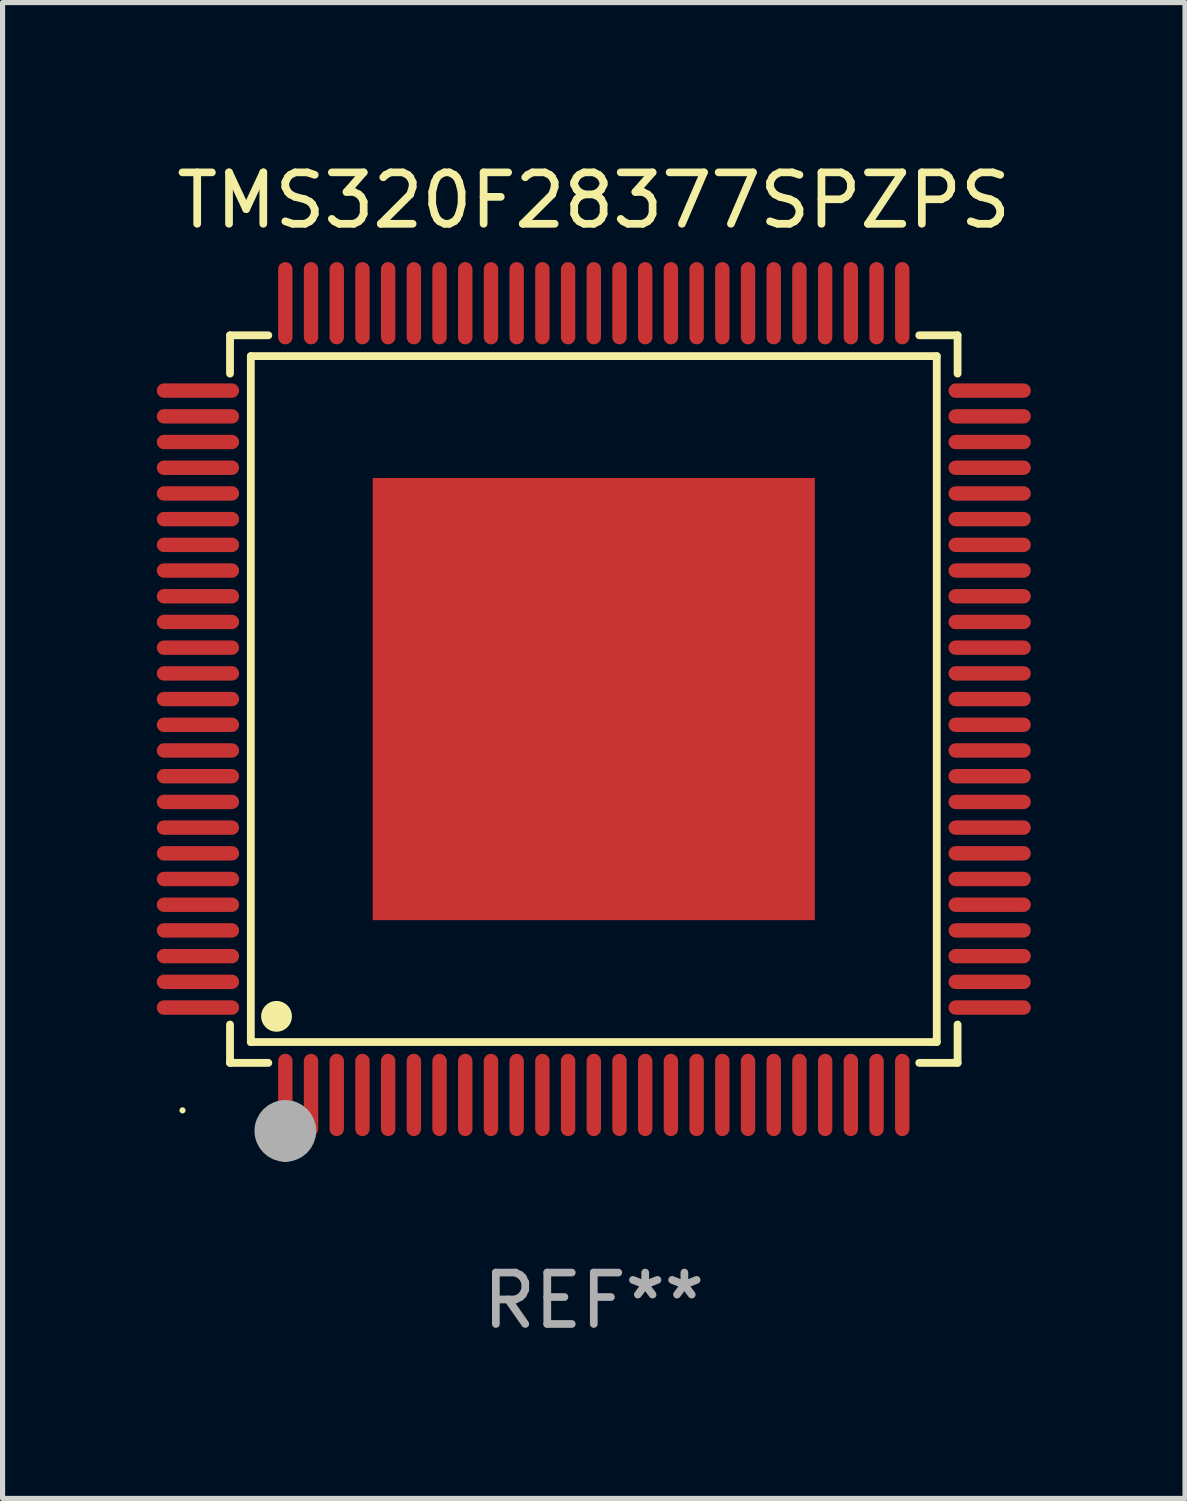
<source format=kicad_pcb>
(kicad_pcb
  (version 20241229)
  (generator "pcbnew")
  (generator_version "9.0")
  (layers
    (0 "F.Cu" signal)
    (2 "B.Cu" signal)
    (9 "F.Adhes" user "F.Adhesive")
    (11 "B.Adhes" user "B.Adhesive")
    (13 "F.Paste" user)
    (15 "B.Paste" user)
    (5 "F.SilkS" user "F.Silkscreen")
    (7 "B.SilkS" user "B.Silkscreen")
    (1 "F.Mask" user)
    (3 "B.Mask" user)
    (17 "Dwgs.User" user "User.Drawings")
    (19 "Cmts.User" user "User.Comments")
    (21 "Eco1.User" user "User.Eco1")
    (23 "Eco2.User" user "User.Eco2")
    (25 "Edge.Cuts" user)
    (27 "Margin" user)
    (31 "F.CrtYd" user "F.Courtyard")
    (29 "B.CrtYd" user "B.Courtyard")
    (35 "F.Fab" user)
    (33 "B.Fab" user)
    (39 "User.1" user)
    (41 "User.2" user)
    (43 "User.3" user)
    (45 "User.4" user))
  (footprint "TMS320F28377SPZPS"
    (layer "F.Cu")
    (at 8.5 10.548)
    (property "Reference" "TMS320F28377SPZPS" (at 0 -9.7 0) (layer "F.SilkS") (effects (font (size 1 1) (thickness 0.15))))
    (attr through_hole)
    (fp_line (start -7.076 -7.076) (end -6.331 -7.076) (stroke (width 0.152) (type solid)) (layer "F.SilkS"))
    (fp_line (start -7.076 -6.331) (end -7.076 -7.076) (stroke (width 0.152) (type solid)) (layer "F.SilkS"))
    (fp_line (start -7.076 6.331) (end -7.076 7.076) (stroke (width 0.152) (type solid)) (layer "F.SilkS"))
    (fp_line (start -7.076 7.076) (end -6.331 7.076) (stroke (width 0.152) (type solid)) (layer "F.SilkS"))
    (fp_line (start -6.671 -6.671) (end 6.671 -6.671) (stroke (width 0.152) (type solid)) (layer "F.SilkS"))
    (fp_line (start -6.671 6.671) (end -6.671 -6.671) (stroke (width 0.152) (type solid)) (layer "F.SilkS"))
    (fp_line (start 6.671 -6.671) (end 6.671 6.671) (stroke (width 0.152) (type solid)) (layer "F.SilkS"))
    (fp_line (start 6.671 6.671) (end -6.671 6.671) (stroke (width 0.152) (type solid)) (layer "F.SilkS"))
    (fp_line (start 7.076 -7.076) (end 6.331 -7.076) (stroke (width 0.152) (type solid)) (layer "F.SilkS"))
    (fp_line (start 7.076 -6.331) (end 7.076 -7.076) (stroke (width 0.152) (type solid)) (layer "F.SilkS"))
    (fp_line (start 7.076 6.331) (end 7.076 7.076) (stroke (width 0.152) (type solid)) (layer "F.SilkS"))
    (fp_line (start 7.076 7.076) (end 6.331 7.076) (stroke (width 0.152) (type solid)) (layer "F.SilkS"))
    (fp_circle (center -8 8) (end -7.97 8) (stroke (width 0.06) (type solid)) (fill no) (layer "F.SilkS"))
    (fp_circle (center -6.171 6.171) (end -6.021 6.171) (stroke (width 0.3) (type solid)) (fill no) (layer "F.SilkS"))
    (fp_circle (center -6 8.8) (end -5.9 8.8) (stroke (width 0.2) (type solid)) (fill no) (layer "F.SilkS"))
    (fp_circle (center -6 8.4) (end -5.7 8.4) (stroke (width 0.6) (type solid)) (fill no) (layer "F.Fab"))
    (fp_text user "REF**" (at 0 11.7 0) (layer "F.Fab") (effects (font (size 1 1) (thickness 0.15))))
    (pad "1" smd oval (at -6 7.7) (size 0.28 1.6) (layers "F.Cu" "F.Mask" "F.Paste"))
    (pad "2" smd oval (at -5.5 7.7) (size 0.28 1.6) (layers "F.Cu" "F.Mask" "F.Paste"))
    (pad "3" smd oval (at -5 7.7) (size 0.28 1.6) (layers "F.Cu" "F.Mask" "F.Paste"))
    (pad "4" smd oval (at -4.5 7.7) (size 0.28 1.6) (layers "F.Cu" "F.Mask" "F.Paste"))
    (pad "5" smd oval (at -4 7.7) (size 0.28 1.6) (layers "F.Cu" "F.Mask" "F.Paste"))
    (pad "6" smd oval (at -3.5 7.7) (size 0.28 1.6) (layers "F.Cu" "F.Mask" "F.Paste"))
    (pad "7" smd oval (at -3 7.7) (size 0.28 1.6) (layers "F.Cu" "F.Mask" "F.Paste"))
    (pad "8" smd oval (at -2.5 7.7) (size 0.28 1.6) (layers "F.Cu" "F.Mask" "F.Paste"))
    (pad "9" smd oval (at -2 7.7) (size 0.28 1.6) (layers "F.Cu" "F.Mask" "F.Paste"))
    (pad "10" smd oval (at -1.5 7.7) (size 0.28 1.6) (layers "F.Cu" "F.Mask" "F.Paste"))
    (pad "11" smd oval (at -1 7.7) (size 0.28 1.6) (layers "F.Cu" "F.Mask" "F.Paste"))
    (pad "12" smd oval (at -0.5 7.7) (size 0.28 1.6) (layers "F.Cu" "F.Mask" "F.Paste"))
    (pad "13" smd oval (at 0 7.7) (size 0.28 1.6) (layers "F.Cu" "F.Mask" "F.Paste"))
    (pad "14" smd oval (at 0.5 7.7) (size 0.28 1.6) (layers "F.Cu" "F.Mask" "F.Paste"))
    (pad "15" smd oval (at 1 7.7) (size 0.28 1.6) (layers "F.Cu" "F.Mask" "F.Paste"))
    (pad "16" smd oval (at 1.5 7.7) (size 0.28 1.6) (layers "F.Cu" "F.Mask" "F.Paste"))
    (pad "17" smd oval (at 2 7.7) (size 0.28 1.6) (layers "F.Cu" "F.Mask" "F.Paste"))
    (pad "18" smd oval (at 2.5 7.7) (size 0.28 1.6) (layers "F.Cu" "F.Mask" "F.Paste"))
    (pad "19" smd oval (at 3 7.7) (size 0.28 1.6) (layers "F.Cu" "F.Mask" "F.Paste"))
    (pad "20" smd oval (at 3.5 7.7) (size 0.28 1.6) (layers "F.Cu" "F.Mask" "F.Paste"))
    (pad "21" smd oval (at 4 7.7) (size 0.28 1.6) (layers "F.Cu" "F.Mask" "F.Paste"))
    (pad "22" smd oval (at 4.5 7.7) (size 0.28 1.6) (layers "F.Cu" "F.Mask" "F.Paste"))
    (pad "23" smd oval (at 5 7.7) (size 0.28 1.6) (layers "F.Cu" "F.Mask" "F.Paste"))
    (pad "24" smd oval (at 5.5 7.7) (size 0.28 1.6) (layers "F.Cu" "F.Mask" "F.Paste"))
    (pad "25" smd oval (at 6 7.7) (size 0.28 1.6) (layers "F.Cu" "F.Mask" "F.Paste"))
    (pad "26" smd oval (at 7.7 6) (size 1.6 0.28) (layers "F.Cu" "F.Mask" "F.Paste"))
    (pad "27" smd oval (at 7.7 5.5) (size 1.6 0.28) (layers "F.Cu" "F.Mask" "F.Paste"))
    (pad "28" smd oval (at 7.7 5) (size 1.6 0.28) (layers "F.Cu" "F.Mask" "F.Paste"))
    (pad "29" smd oval (at 7.7 4.5) (size 1.6 0.28) (layers "F.Cu" "F.Mask" "F.Paste"))
    (pad "30" smd oval (at 7.7 4) (size 1.6 0.28) (layers "F.Cu" "F.Mask" "F.Paste"))
    (pad "31" smd oval (at 7.7 3.5) (size 1.6 0.28) (layers "F.Cu" "F.Mask" "F.Paste"))
    (pad "32" smd oval (at 7.7 3) (size 1.6 0.28) (layers "F.Cu" "F.Mask" "F.Paste"))
    (pad "33" smd oval (at 7.7 2.5) (size 1.6 0.28) (layers "F.Cu" "F.Mask" "F.Paste"))
    (pad "34" smd oval (at 7.7 2) (size 1.6 0.28) (layers "F.Cu" "F.Mask" "F.Paste"))
    (pad "35" smd oval (at 7.7 1.5) (size 1.6 0.28) (layers "F.Cu" "F.Mask" "F.Paste"))
    (pad "36" smd oval (at 7.7 1) (size 1.6 0.28) (layers "F.Cu" "F.Mask" "F.Paste"))
    (pad "37" smd oval (at 7.7 0.5) (size 1.6 0.28) (layers "F.Cu" "F.Mask" "F.Paste"))
    (pad "38" smd oval (at 7.7 0) (size 1.6 0.28) (layers "F.Cu" "F.Mask" "F.Paste"))
    (pad "39" smd oval (at 7.7 -0.5) (size 1.6 0.28) (layers "F.Cu" "F.Mask" "F.Paste"))
    (pad "40" smd oval (at 7.7 -1) (size 1.6 0.28) (layers "F.Cu" "F.Mask" "F.Paste"))
    (pad "41" smd oval (at 7.7 -1.5) (size 1.6 0.28) (layers "F.Cu" "F.Mask" "F.Paste"))
    (pad "42" smd oval (at 7.7 -2) (size 1.6 0.28) (layers "F.Cu" "F.Mask" "F.Paste"))
    (pad "43" smd oval (at 7.7 -2.5) (size 1.6 0.28) (layers "F.Cu" "F.Mask" "F.Paste"))
    (pad "44" smd oval (at 7.7 -3) (size 1.6 0.28) (layers "F.Cu" "F.Mask" "F.Paste"))
    (pad "45" smd oval (at 7.7 -3.5) (size 1.6 0.28) (layers "F.Cu" "F.Mask" "F.Paste"))
    (pad "46" smd oval (at 7.7 -4) (size 1.6 0.28) (layers "F.Cu" "F.Mask" "F.Paste"))
    (pad "47" smd oval (at 7.7 -4.5) (size 1.6 0.28) (layers "F.Cu" "F.Mask" "F.Paste"))
    (pad "48" smd oval (at 7.7 -5) (size 1.6 0.28) (layers "F.Cu" "F.Mask" "F.Paste"))
    (pad "49" smd oval (at 7.7 -5.5) (size 1.6 0.28) (layers "F.Cu" "F.Mask" "F.Paste"))
    (pad "50" smd oval (at 7.7 -6) (size 1.6 0.28) (layers "F.Cu" "F.Mask" "F.Paste"))
    (pad "51" smd oval (at 6 -7.7) (size 0.28 1.6) (layers "F.Cu" "F.Mask" "F.Paste"))
    (pad "52" smd oval (at 5.5 -7.7) (size 0.28 1.6) (layers "F.Cu" "F.Mask" "F.Paste"))
    (pad "53" smd oval (at 5 -7.7) (size 0.28 1.6) (layers "F.Cu" "F.Mask" "F.Paste"))
    (pad "54" smd oval (at 4.5 -7.7) (size 0.28 1.6) (layers "F.Cu" "F.Mask" "F.Paste"))
    (pad "55" smd oval (at 4 -7.7) (size 0.28 1.6) (layers "F.Cu" "F.Mask" "F.Paste"))
    (pad "56" smd oval (at 3.5 -7.7) (size 0.28 1.6) (layers "F.Cu" "F.Mask" "F.Paste"))
    (pad "57" smd oval (at 3 -7.7) (size 0.28 1.6) (layers "F.Cu" "F.Mask" "F.Paste"))
    (pad "58" smd oval (at 2.5 -7.7) (size 0.28 1.6) (layers "F.Cu" "F.Mask" "F.Paste"))
    (pad "59" smd oval (at 2 -7.7) (size 0.28 1.6) (layers "F.Cu" "F.Mask" "F.Paste"))
    (pad "60" smd oval (at 1.5 -7.7) (size 0.28 1.6) (layers "F.Cu" "F.Mask" "F.Paste"))
    (pad "61" smd oval (at 1 -7.7) (size 0.28 1.6) (layers "F.Cu" "F.Mask" "F.Paste"))
    (pad "62" smd oval (at 0.5 -7.7) (size 0.28 1.6) (layers "F.Cu" "F.Mask" "F.Paste"))
    (pad "63" smd oval (at 0 -7.7) (size 0.28 1.6) (layers "F.Cu" "F.Mask" "F.Paste"))
    (pad "64" smd oval (at -0.5 -7.7) (size 0.28 1.6) (layers "F.Cu" "F.Mask" "F.Paste"))
    (pad "65" smd oval (at -1 -7.7) (size 0.28 1.6) (layers "F.Cu" "F.Mask" "F.Paste"))
    (pad "66" smd oval (at -1.5 -7.7) (size 0.28 1.6) (layers "F.Cu" "F.Mask" "F.Paste"))
    (pad "67" smd oval (at -2 -7.7) (size 0.28 1.6) (layers "F.Cu" "F.Mask" "F.Paste"))
    (pad "68" smd oval (at -2.5 -7.7) (size 0.28 1.6) (layers "F.Cu" "F.Mask" "F.Paste"))
    (pad "69" smd oval (at -3 -7.7) (size 0.28 1.6) (layers "F.Cu" "F.Mask" "F.Paste"))
    (pad "70" smd oval (at -3.5 -7.7) (size 0.28 1.6) (layers "F.Cu" "F.Mask" "F.Paste"))
    (pad "71" smd oval (at -4 -7.7) (size 0.28 1.6) (layers "F.Cu" "F.Mask" "F.Paste"))
    (pad "72" smd oval (at -4.5 -7.7) (size 0.28 1.6) (layers "F.Cu" "F.Mask" "F.Paste"))
    (pad "73" smd oval (at -5 -7.7) (size 0.28 1.6) (layers "F.Cu" "F.Mask" "F.Paste"))
    (pad "74" smd oval (at -5.5 -7.7) (size 0.28 1.6) (layers "F.Cu" "F.Mask" "F.Paste"))
    (pad "75" smd oval (at -6 -7.7) (size 0.28 1.6) (layers "F.Cu" "F.Mask" "F.Paste"))
    (pad "76" smd oval (at -7.7 -6) (size 1.6 0.28) (layers "F.Cu" "F.Mask" "F.Paste"))
    (pad "77" smd oval (at -7.7 -5.5) (size 1.6 0.28) (layers "F.Cu" "F.Mask" "F.Paste"))
    (pad "78" smd oval (at -7.7 -5) (size 1.6 0.28) (layers "F.Cu" "F.Mask" "F.Paste"))
    (pad "79" smd oval (at -7.7 -4.5) (size 1.6 0.28) (layers "F.Cu" "F.Mask" "F.Paste"))
    (pad "80" smd oval (at -7.7 -4) (size 1.6 0.28) (layers "F.Cu" "F.Mask" "F.Paste"))
    (pad "81" smd oval (at -7.7 -3.5) (size 1.6 0.28) (layers "F.Cu" "F.Mask" "F.Paste"))
    (pad "82" smd oval (at -7.7 -3) (size 1.6 0.28) (layers "F.Cu" "F.Mask" "F.Paste"))
    (pad "83" smd oval (at -7.7 -2.5) (size 1.6 0.28) (layers "F.Cu" "F.Mask" "F.Paste"))
    (pad "84" smd oval (at -7.7 -2) (size 1.6 0.28) (layers "F.Cu" "F.Mask" "F.Paste"))
    (pad "85" smd oval (at -7.7 -1.5) (size 1.6 0.28) (layers "F.Cu" "F.Mask" "F.Paste"))
    (pad "86" smd oval (at -7.7 -1) (size 1.6 0.28) (layers "F.Cu" "F.Mask" "F.Paste"))
    (pad "87" smd oval (at -7.7 -0.5) (size 1.6 0.28) (layers "F.Cu" "F.Mask" "F.Paste"))
    (pad "88" smd oval (at -7.7 0) (size 1.6 0.28) (layers "F.Cu" "F.Mask" "F.Paste"))
    (pad "89" smd oval (at -7.7 0.5) (size 1.6 0.28) (layers "F.Cu" "F.Mask" "F.Paste"))
    (pad "90" smd oval (at -7.7 1) (size 1.6 0.28) (layers "F.Cu" "F.Mask" "F.Paste"))
    (pad "91" smd oval (at -7.7 1.5) (size 1.6 0.28) (layers "F.Cu" "F.Mask" "F.Paste"))
    (pad "92" smd oval (at -7.7 2) (size 1.6 0.28) (layers "F.Cu" "F.Mask" "F.Paste"))
    (pad "93" smd oval (at -7.7 2.5) (size 1.6 0.28) (layers "F.Cu" "F.Mask" "F.Paste"))
    (pad "94" smd oval (at -7.7 3) (size 1.6 0.28) (layers "F.Cu" "F.Mask" "F.Paste"))
    (pad "95" smd oval (at -7.7 3.5) (size 1.6 0.28) (layers "F.Cu" "F.Mask" "F.Paste"))
    (pad "96" smd oval (at -7.7 4) (size 1.6 0.28) (layers "F.Cu" "F.Mask" "F.Paste"))
    (pad "97" smd oval (at -7.7 4.5) (size 1.6 0.28) (layers "F.Cu" "F.Mask" "F.Paste"))
    (pad "98" smd oval (at -7.7 5) (size 1.6 0.28) (layers "F.Cu" "F.Mask" "F.Paste"))
    (pad "99" smd oval (at -7.7 5.5) (size 1.6 0.28) (layers "F.Cu" "F.Mask" "F.Paste"))
    (pad "100" smd oval (at -7.7 6) (size 1.6 0.28) (layers "F.Cu" "F.Mask" "F.Paste"))
    (pad "101" smd rect (at 0 0) (size 8.6 8.6) (layers "F.Cu" "F.Mask" "F.Paste")))
  (gr_rect
    (start -3 -3)
    (end 20 26.097)
    (stroke (width 0.1) (type default))
    (fill no)
    (layer "Edge.Cuts")))
</source>
